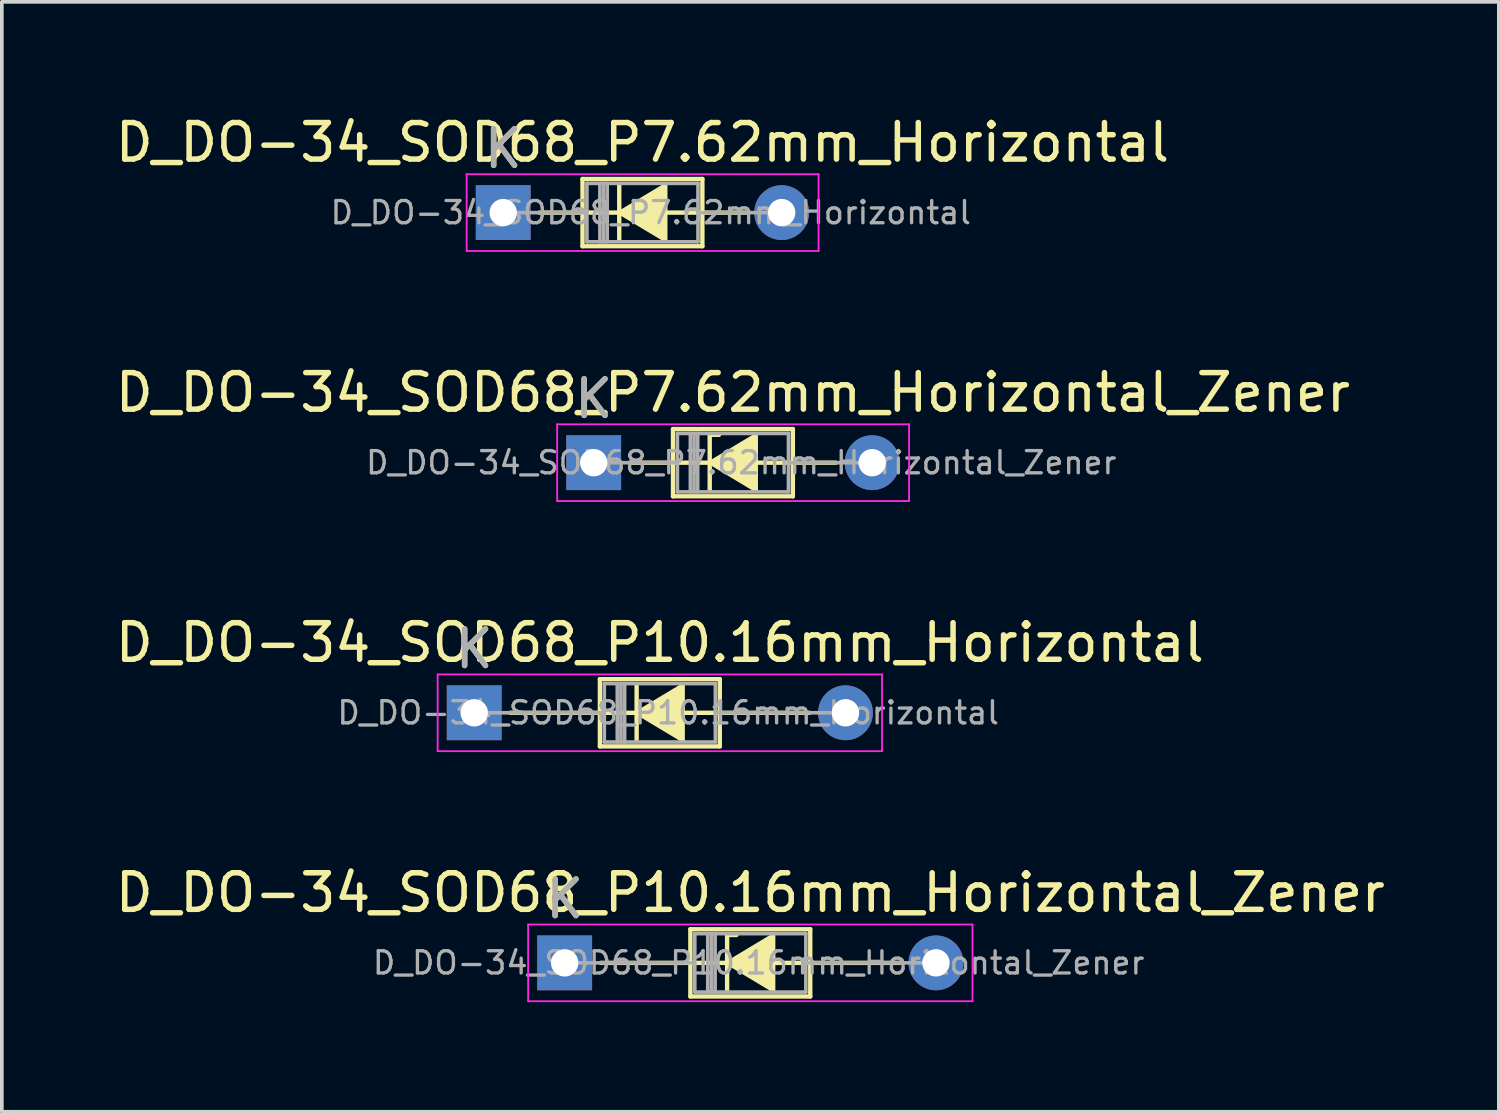
<source format=kicad_pcb>
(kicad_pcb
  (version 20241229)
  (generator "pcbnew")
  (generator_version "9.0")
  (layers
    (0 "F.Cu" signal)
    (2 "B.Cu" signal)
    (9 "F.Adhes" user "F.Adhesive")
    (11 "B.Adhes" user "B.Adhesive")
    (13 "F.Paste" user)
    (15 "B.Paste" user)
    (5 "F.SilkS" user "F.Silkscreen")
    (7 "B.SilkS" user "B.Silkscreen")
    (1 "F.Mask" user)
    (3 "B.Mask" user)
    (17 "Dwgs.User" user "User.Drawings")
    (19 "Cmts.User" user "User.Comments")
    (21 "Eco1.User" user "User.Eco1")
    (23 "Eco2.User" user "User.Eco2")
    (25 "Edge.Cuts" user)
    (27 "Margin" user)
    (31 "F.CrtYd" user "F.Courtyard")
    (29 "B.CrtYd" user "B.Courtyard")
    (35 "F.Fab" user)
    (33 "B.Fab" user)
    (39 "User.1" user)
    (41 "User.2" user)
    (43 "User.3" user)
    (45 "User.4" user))
  (footprint "D_DO-34_SOD68_P10.16mm_Horizontal"
    (layer "F.Cu")
    (at 9.926 16.455)
    (property "Reference" "D_DO-34_SOD68_P10.16mm_Horizontal" (at 5.08 -1.92 0) (layer "F.SilkS") (effects (font (size 1 1) (thickness 0.15))))
    (attr through_hole)
    (fp_line (start 0.99 0) (end 3.44 0) (stroke (width 0.12) (type solid)) (layer "F.SilkS"))
    (fp_line (start 3.44 -0.92) (end 3.44 0.92) (stroke (width 0.12) (type solid)) (layer "F.SilkS"))
    (fp_line (start 3.44 0.92) (end 6.72 0.92) (stroke (width 0.12) (type solid)) (layer "F.SilkS"))
    (fp_line (start 4.445 -0.762) (end 4.445 0.762) (stroke (width 0.12) (type solid)) (layer "F.SilkS"))
    (fp_line (start 4.5 0) (end 3.44 0) (stroke (width 0.12) (type solid)) (layer "F.SilkS"))
    (fp_line (start 5.715 0) (end 6.72 0) (stroke (width 0.12) (type solid)) (layer "F.SilkS"))
    (fp_line (start 6.72 -0.92) (end 3.44 -0.92) (stroke (width 0.12) (type solid)) (layer "F.SilkS"))
    (fp_line (start 6.72 0.92) (end 6.72 -0.92) (stroke (width 0.12) (type solid)) (layer "F.SilkS"))
    (fp_line (start 9.17 0) (end 6.72 0) (stroke (width 0.12) (type solid)) (layer "F.SilkS"))
    (fp_poly (pts (xy 5.715 0.762) (xy 4.445 0) (xy 5.715 -0.762)) (stroke (width 0.1) (type solid)) (fill yes) (layer "F.SilkS"))
    (fp_line (start -1 -1.05) (end -1 1.05) (stroke (width 0.05) (type solid)) (layer "F.CrtYd"))
    (fp_line (start -1 1.05) (end 11.16 1.05) (stroke (width 0.05) (type solid)) (layer "F.CrtYd"))
    (fp_line (start 11.16 -1.05) (end -1 -1.05) (stroke (width 0.05) (type solid)) (layer "F.CrtYd"))
    (fp_line (start 11.16 1.05) (end 11.16 -1.05) (stroke (width 0.05) (type solid)) (layer "F.CrtYd"))
    (fp_line (start 0 0) (end 3.56 0) (stroke (width 0.1) (type solid)) (layer "F.Fab"))
    (fp_line (start 3.56 -0.8) (end 3.56 0.8) (stroke (width 0.1) (type solid)) (layer "F.Fab"))
    (fp_line (start 3.56 0.8) (end 6.6 0.8) (stroke (width 0.1) (type solid)) (layer "F.Fab"))
    (fp_line (start 3.916 -0.8) (end 3.916 0.8) (stroke (width 0.1) (type solid)) (layer "F.Fab"))
    (fp_line (start 4.016 -0.8) (end 4.016 0.8) (stroke (width 0.1) (type solid)) (layer "F.Fab"))
    (fp_line (start 4.116 -0.8) (end 4.116 0.8) (stroke (width 0.1) (type solid)) (layer "F.Fab"))
    (fp_line (start 6.6 -0.8) (end 3.56 -0.8) (stroke (width 0.1) (type solid)) (layer "F.Fab"))
    (fp_line (start 6.6 0.8) (end 6.6 -0.8) (stroke (width 0.1) (type solid)) (layer "F.Fab"))
    (fp_line (start 10.16 0) (end 6.6 0) (stroke (width 0.1) (type solid)) (layer "F.Fab"))
    (fp_text user "K" (at 0 -1.75 0) (layer "F.SilkS") (effects (font (size 1 1) (thickness 0.15))))
    (fp_text user "K" (at 0 -1.75 0) (layer "F.Fab") (effects (font (size 1 1) (thickness 0.15))))
    (fp_text user "${REFERENCE}" (at 5.308 0 0) (layer "F.Fab") (effects (font (size 0.608 0.608) (thickness 0.091))))
    (pad "1" thru_hole rect (at 0 0) (size 1.5 1.5) (drill 0.75) (layers "*.Cu" "*.Mask"))
    (pad "2" thru_hole oval (at 10.16 0) (size 1.5 1.5) (drill 0.75) (layers "*.Cu" "*.Mask")))
  (footprint "D_DO-34_SOD68_P10.16mm_Horizontal_Zener"
    (layer "F.Cu")
    (at 12.402 23.298)
    (property "Reference" "D_DO-34_SOD68_P10.16mm_Horizontal_Zener" (at 5.08 -1.92 0) (layer "F.SilkS") (effects (font (size 1 1) (thickness 0.15))))
    (attr through_hole)
    (fp_line (start 0.99 0) (end 3.44 0) (stroke (width 0.12) (type solid)) (layer "F.SilkS"))
    (fp_line (start 3.44 -0.92) (end 3.44 0.92) (stroke (width 0.12) (type solid)) (layer "F.SilkS"))
    (fp_line (start 3.44 0.92) (end 6.72 0.92) (stroke (width 0.12) (type solid)) (layer "F.SilkS"))
    (fp_line (start 4.445 -0.762) (end 4.445 0.762) (stroke (width 0.12) (type solid)) (layer "F.SilkS"))
    (fp_line (start 4.445 -0.762) (end 4.699 -0.762) (stroke (width 0.12) (type solid)) (layer "F.SilkS"))
    (fp_line (start 4.5 0) (end 3.44 0) (stroke (width 0.12) (type solid)) (layer "F.SilkS"))
    (fp_line (start 5.715 0) (end 6.72 0) (stroke (width 0.12) (type solid)) (layer "F.SilkS"))
    (fp_line (start 6.72 -0.92) (end 3.44 -0.92) (stroke (width 0.12) (type solid)) (layer "F.SilkS"))
    (fp_line (start 6.72 0.92) (end 6.72 -0.92) (stroke (width 0.12) (type solid)) (layer "F.SilkS"))
    (fp_line (start 9.17 0) (end 6.72 0) (stroke (width 0.12) (type solid)) (layer "F.SilkS"))
    (fp_poly (pts (xy 5.715 0.762) (xy 4.445 0) (xy 5.715 -0.762)) (stroke (width 0.1) (type solid)) (fill yes) (layer "F.SilkS"))
    (fp_line (start -1 -1.05) (end -1 1.05) (stroke (width 0.05) (type solid)) (layer "F.CrtYd"))
    (fp_line (start -1 1.05) (end 11.16 1.05) (stroke (width 0.05) (type solid)) (layer "F.CrtYd"))
    (fp_line (start 11.16 -1.05) (end -1 -1.05) (stroke (width 0.05) (type solid)) (layer "F.CrtYd"))
    (fp_line (start 11.16 1.05) (end 11.16 -1.05) (stroke (width 0.05) (type solid)) (layer "F.CrtYd"))
    (fp_line (start 0 0) (end 3.56 0) (stroke (width 0.1) (type solid)) (layer "F.Fab"))
    (fp_line (start 3.56 -0.8) (end 3.56 0.8) (stroke (width 0.1) (type solid)) (layer "F.Fab"))
    (fp_line (start 3.56 0.8) (end 6.6 0.8) (stroke (width 0.1) (type solid)) (layer "F.Fab"))
    (fp_line (start 3.916 -0.8) (end 3.916 0.8) (stroke (width 0.1) (type solid)) (layer "F.Fab"))
    (fp_line (start 4.016 -0.8) (end 4.016 0.8) (stroke (width 0.1) (type solid)) (layer "F.Fab"))
    (fp_line (start 4.116 -0.8) (end 4.116 0.8) (stroke (width 0.1) (type solid)) (layer "F.Fab"))
    (fp_line (start 6.6 -0.8) (end 3.56 -0.8) (stroke (width 0.1) (type solid)) (layer "F.Fab"))
    (fp_line (start 6.6 0.8) (end 6.6 -0.8) (stroke (width 0.1) (type solid)) (layer "F.Fab"))
    (fp_line (start 10.16 0) (end 6.6 0) (stroke (width 0.1) (type solid)) (layer "F.Fab"))
    (fp_text user "K" (at 0 -1.75 0) (layer "F.SilkS") (effects (font (size 1 1) (thickness 0.15))))
    (fp_text user "K" (at 0 -1.75 0) (layer "F.Fab") (effects (font (size 1 1) (thickness 0.15))))
    (fp_text user "${REFERENCE}" (at 5.308 0 0) (layer "F.Fab") (effects (font (size 0.608 0.608) (thickness 0.091))))
    (pad "1" thru_hole rect (at 0 0) (size 1.5 1.5) (drill 0.75) (layers "*.Cu" "*.Mask"))
    (pad "2" thru_hole oval (at 10.16 0) (size 1.5 1.5) (drill 0.75) (layers "*.Cu" "*.Mask")))
  (footprint "D_DO-34_SOD68_P7.62mm_Horizontal_Zener"
    (layer "F.Cu")
    (at 13.196 9.611)
    (property "Reference" "D_DO-34_SOD68_P7.62mm_Horizontal_Zener" (at 3.81 -1.92 0) (layer "F.SilkS") (effects (font (size 1 1) (thickness 0.15))))
    (attr through_hole)
    (fp_line (start 0.99 0) (end 2.17 0) (stroke (width 0.12) (type solid)) (layer "F.SilkS"))
    (fp_line (start 2.17 -0.92) (end 2.17 0.92) (stroke (width 0.12) (type solid)) (layer "F.SilkS"))
    (fp_line (start 2.17 0.92) (end 5.45 0.92) (stroke (width 0.12) (type solid)) (layer "F.SilkS"))
    (fp_line (start 3.175 -0.762) (end 3.175 0.762) (stroke (width 0.12) (type solid)) (layer "F.SilkS"))
    (fp_line (start 3.175 -0.762) (end 3.429 -0.762) (stroke (width 0.12) (type solid)) (layer "F.SilkS"))
    (fp_line (start 3.2 0) (end 2.17 0) (stroke (width 0.12) (type solid)) (layer "F.SilkS"))
    (fp_line (start 4.445 0) (end 5.45 0) (stroke (width 0.12) (type solid)) (layer "F.SilkS"))
    (fp_line (start 5.45 -0.92) (end 2.17 -0.92) (stroke (width 0.12) (type solid)) (layer "F.SilkS"))
    (fp_line (start 5.45 0.92) (end 5.45 -0.92) (stroke (width 0.12) (type solid)) (layer "F.SilkS"))
    (fp_line (start 6.63 0) (end 5.45 0) (stroke (width 0.12) (type solid)) (layer "F.SilkS"))
    (fp_poly (pts (xy 4.445 0.762) (xy 3.175 0) (xy 4.445 -0.762)) (stroke (width 0.1) (type solid)) (fill yes) (layer "F.SilkS"))
    (fp_line (start -1 -1.05) (end -1 1.05) (stroke (width 0.05) (type solid)) (layer "F.CrtYd"))
    (fp_line (start -1 1.05) (end 8.63 1.05) (stroke (width 0.05) (type solid)) (layer "F.CrtYd"))
    (fp_line (start 8.63 -1.05) (end -1 -1.05) (stroke (width 0.05) (type solid)) (layer "F.CrtYd"))
    (fp_line (start 8.63 1.05) (end 8.63 -1.05) (stroke (width 0.05) (type solid)) (layer "F.CrtYd"))
    (fp_line (start 0 0) (end 2.29 0) (stroke (width 0.1) (type solid)) (layer "F.Fab"))
    (fp_line (start 2.29 -0.8) (end 2.29 0.8) (stroke (width 0.1) (type solid)) (layer "F.Fab"))
    (fp_line (start 2.29 0.8) (end 5.33 0.8) (stroke (width 0.1) (type solid)) (layer "F.Fab"))
    (fp_line (start 2.646 -0.8) (end 2.646 0.8) (stroke (width 0.1) (type solid)) (layer "F.Fab"))
    (fp_line (start 2.746 -0.8) (end 2.746 0.8) (stroke (width 0.1) (type solid)) (layer "F.Fab"))
    (fp_line (start 2.846 -0.8) (end 2.846 0.8) (stroke (width 0.1) (type solid)) (layer "F.Fab"))
    (fp_line (start 5.33 -0.8) (end 2.29 -0.8) (stroke (width 0.1) (type solid)) (layer "F.Fab"))
    (fp_line (start 5.33 0.8) (end 5.33 -0.8) (stroke (width 0.1) (type solid)) (layer "F.Fab"))
    (fp_line (start 7.62 0) (end 5.33 0) (stroke (width 0.1) (type solid)) (layer "F.Fab"))
    (fp_text user "K" (at 0 -1.75 0) (layer "F.SilkS") (effects (font (size 1 1) (thickness 0.15))))
    (fp_text user "K" (at 0 -1.75 0) (layer "F.Fab") (effects (font (size 1 1) (thickness 0.15))))
    (fp_text user "${REFERENCE}" (at 4.038 0 0) (layer "F.Fab") (effects (font (size 0.608 0.608) (thickness 0.091))))
    (pad "1" thru_hole rect (at 0 0) (size 1.5 1.5) (drill 0.75) (layers "*.Cu" "*.Mask"))
    (pad "2" thru_hole oval (at 7.62 0) (size 1.5 1.5) (drill 0.75) (layers "*.Cu" "*.Mask")))
  (footprint "D_DO-34_SOD68_P7.62mm_Horizontal"
    (layer "F.Cu")
    (at 10.72 2.768)
    (property "Reference" "D_DO-34_SOD68_P7.62mm_Horizontal" (at 3.81 -1.92 0) (layer "F.SilkS") (effects (font (size 1 1) (thickness 0.15))))
    (attr through_hole)
    (fp_line (start 0.99 0) (end 2.17 0) (stroke (width 0.12) (type solid)) (layer "F.SilkS"))
    (fp_line (start 2.17 -0.92) (end 2.17 0.92) (stroke (width 0.12) (type solid)) (layer "F.SilkS"))
    (fp_line (start 2.17 0.92) (end 5.45 0.92) (stroke (width 0.12) (type solid)) (layer "F.SilkS"))
    (fp_line (start 3.175 -0.762) (end 3.175 0.762) (stroke (width 0.12) (type solid)) (layer "F.SilkS"))
    (fp_line (start 3.2 0) (end 2.17 0) (stroke (width 0.12) (type solid)) (layer "F.SilkS"))
    (fp_line (start 4.445 0) (end 5.45 0) (stroke (width 0.12) (type solid)) (layer "F.SilkS"))
    (fp_line (start 5.45 -0.92) (end 2.17 -0.92) (stroke (width 0.12) (type solid)) (layer "F.SilkS"))
    (fp_line (start 5.45 0.92) (end 5.45 -0.92) (stroke (width 0.12) (type solid)) (layer "F.SilkS"))
    (fp_line (start 6.63 0) (end 5.45 0) (stroke (width 0.12) (type solid)) (layer "F.SilkS"))
    (fp_poly (pts (xy 4.445 0.762) (xy 3.175 0) (xy 4.445 -0.762)) (stroke (width 0.1) (type solid)) (fill yes) (layer "F.SilkS"))
    (fp_line (start -1 -1.05) (end -1 1.05) (stroke (width 0.05) (type solid)) (layer "F.CrtYd"))
    (fp_line (start -1 1.05) (end 8.63 1.05) (stroke (width 0.05) (type solid)) (layer "F.CrtYd"))
    (fp_line (start 8.63 -1.05) (end -1 -1.05) (stroke (width 0.05) (type solid)) (layer "F.CrtYd"))
    (fp_line (start 8.63 1.05) (end 8.63 -1.05) (stroke (width 0.05) (type solid)) (layer "F.CrtYd"))
    (fp_line (start 0 0) (end 2.29 0) (stroke (width 0.1) (type solid)) (layer "F.Fab"))
    (fp_line (start 2.29 -0.8) (end 2.29 0.8) (stroke (width 0.1) (type solid)) (layer "F.Fab"))
    (fp_line (start 2.29 0.8) (end 5.33 0.8) (stroke (width 0.1) (type solid)) (layer "F.Fab"))
    (fp_line (start 2.646 -0.8) (end 2.646 0.8) (stroke (width 0.1) (type solid)) (layer "F.Fab"))
    (fp_line (start 2.746 -0.8) (end 2.746 0.8) (stroke (width 0.1) (type solid)) (layer "F.Fab"))
    (fp_line (start 2.846 -0.8) (end 2.846 0.8) (stroke (width 0.1) (type solid)) (layer "F.Fab"))
    (fp_line (start 5.33 -0.8) (end 2.29 -0.8) (stroke (width 0.1) (type solid)) (layer "F.Fab"))
    (fp_line (start 5.33 0.8) (end 5.33 -0.8) (stroke (width 0.1) (type solid)) (layer "F.Fab"))
    (fp_line (start 7.62 0) (end 5.33 0) (stroke (width 0.1) (type solid)) (layer "F.Fab"))
    (fp_text user "K" (at 0 -1.75 0) (layer "F.SilkS") (effects (font (size 1 1) (thickness 0.15))))
    (fp_text user "K" (at 0 -1.75 0) (layer "F.Fab") (effects (font (size 1 1) (thickness 0.15))))
    (fp_text user "${REFERENCE}" (at 4.038 0 0) (layer "F.Fab") (effects (font (size 0.608 0.608) (thickness 0.091))))
    (pad "1" thru_hole rect (at 0 0) (size 1.5 1.5) (drill 0.75) (layers "*.Cu" "*.Mask"))
    (pad "2" thru_hole oval (at 7.62 0) (size 1.5 1.5) (drill 0.75) (layers "*.Cu" "*.Mask")))
  (gr_rect
    (start -3 -3)
    (end 37.964 27.373)
    (stroke (width 0.1) (type default))
    (fill no)
    (layer "Edge.Cuts")))
</source>
